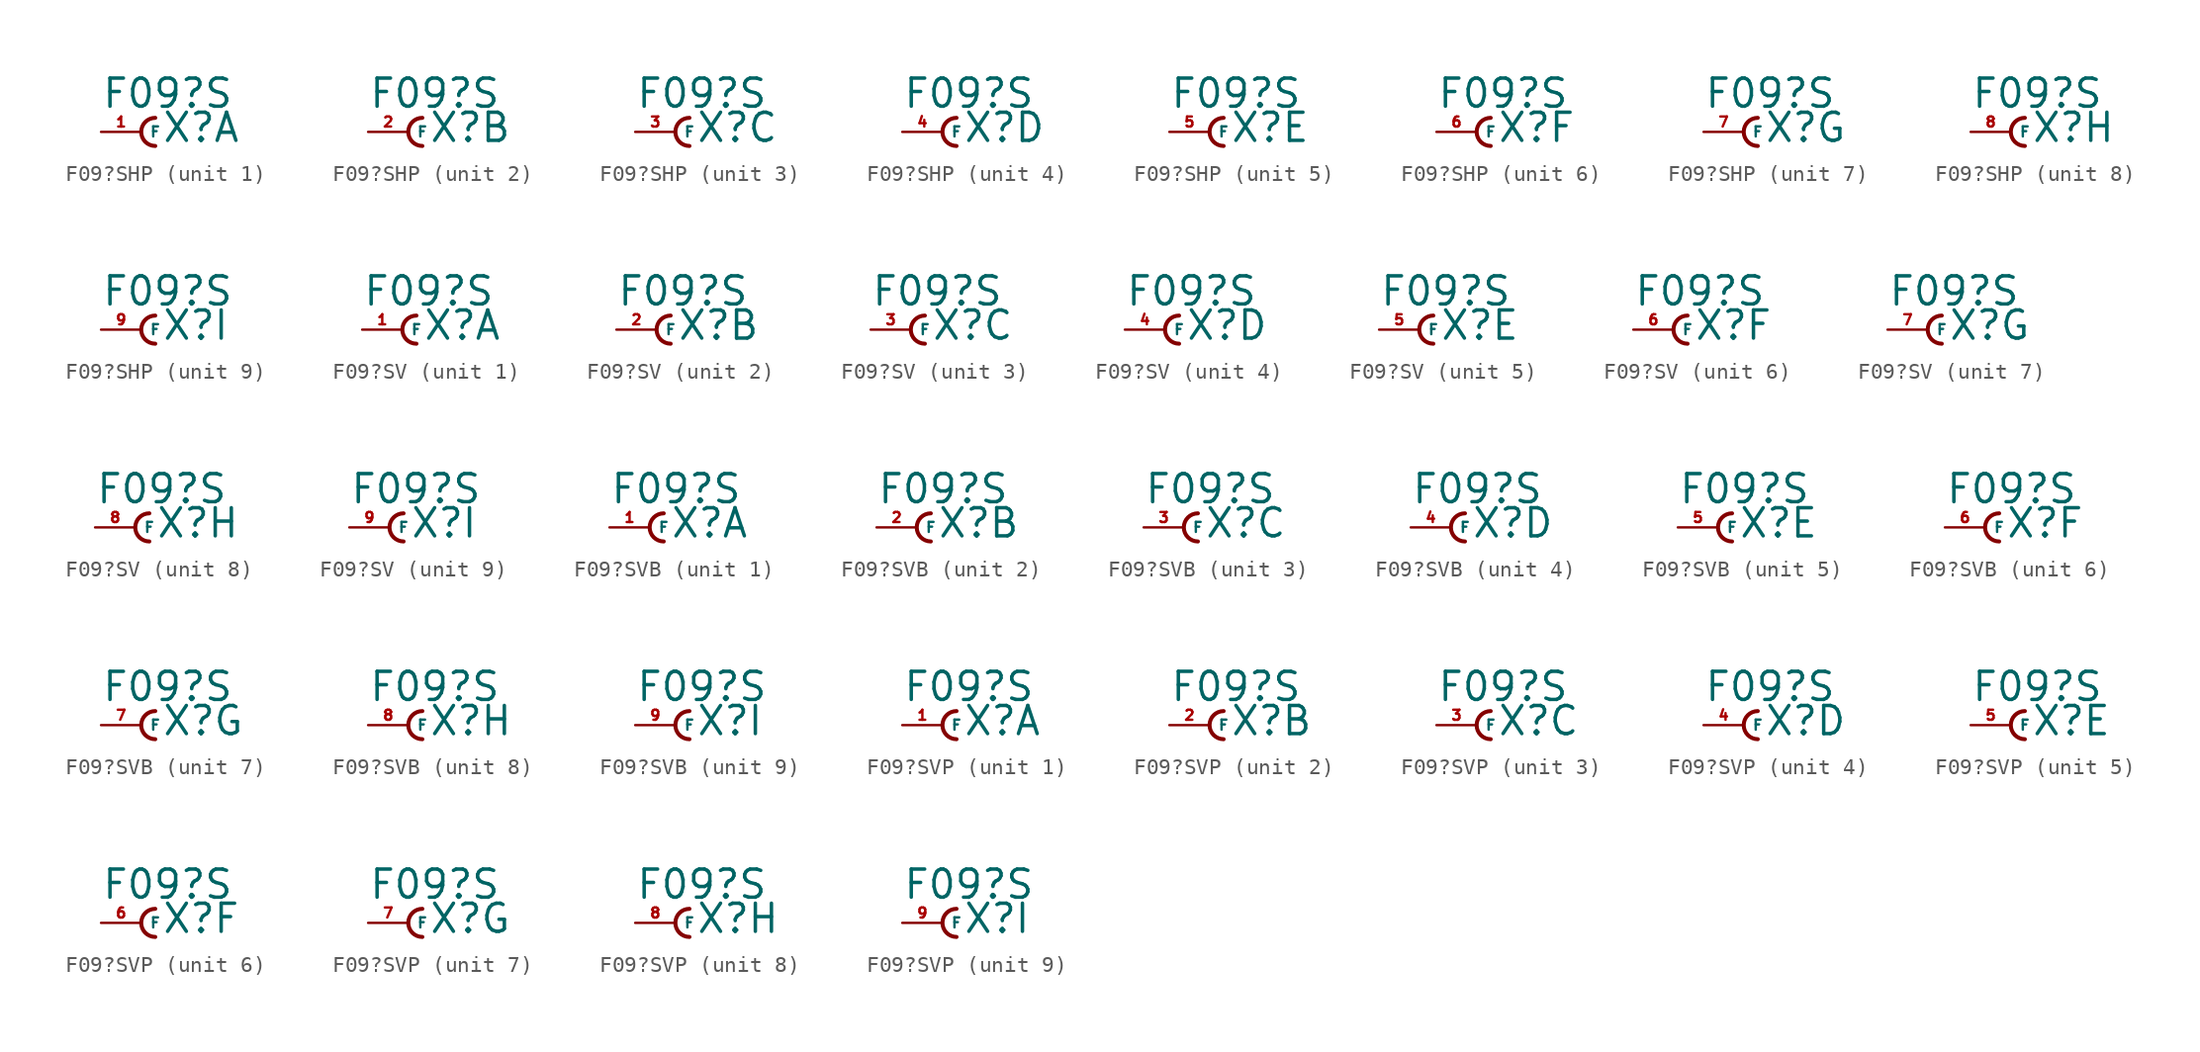
<source format=kicad_sym>
(kicad_symbol_lib
  (version 20220914)
  (generator Eagle2Kicad)
  (symbol "F09?SHP"
    (property "Reference" "X"
      (at 1.27 -0.762 0)
      (effects (font (size 1.778 1.778) (thickness 0.22)) (justify left bottom)))
    (property "Value" "F09?S"
      (at -2.54 1.397 0)
      (effects (font (size 1.778 1.778) (thickness 0.22)) (justify left bottom)))
    (symbol "F09?SHP_1_0"
      (arc (start 0.889 0.889) (mid 0.000 0.000) (end 0.889 -0.889) (stroke (width 0.254) (type default)) (fill (type none)))
      (pin passive line (at -2.54 0 0) (length 2.54) (name "F" (effects (font (size 0.635 0.635) (thickness 0.08)) (justify left bottom))) (number "1" (effects (font (size 0.635 0.635) (thickness 0.08)) (justify left bottom)))))
    (symbol "F09?SHP_2_0"
      (arc (start 0.889 0.889) (mid 0.000 0.000) (end 0.889 -0.889) (stroke (width 0.254) (type default)) (fill (type none)))
      (pin passive line (at -2.54 0 0) (length 2.54) (name "F" (effects (font (size 0.635 0.635) (thickness 0.08)) (justify left bottom))) (number "2" (effects (font (size 0.635 0.635) (thickness 0.08)) (justify left bottom)))))
    (symbol "F09?SHP_3_0"
      (arc (start 0.889 0.889) (mid 0.000 0.000) (end 0.889 -0.889) (stroke (width 0.254) (type default)) (fill (type none)))
      (pin passive line (at -2.54 0 0) (length 2.54) (name "F" (effects (font (size 0.635 0.635) (thickness 0.08)) (justify left bottom))) (number "3" (effects (font (size 0.635 0.635) (thickness 0.08)) (justify left bottom)))))
    (symbol "F09?SHP_4_0"
      (arc (start 0.889 0.889) (mid 0.000 0.000) (end 0.889 -0.889) (stroke (width 0.254) (type default)) (fill (type none)))
      (pin passive line (at -2.54 0 0) (length 2.54) (name "F" (effects (font (size 0.635 0.635) (thickness 0.08)) (justify left bottom))) (number "4" (effects (font (size 0.635 0.635) (thickness 0.08)) (justify left bottom)))))
    (symbol "F09?SHP_5_0"
      (arc (start 0.889 0.889) (mid 0.000 0.000) (end 0.889 -0.889) (stroke (width 0.254) (type default)) (fill (type none)))
      (pin passive line (at -2.54 0 0) (length 2.54) (name "F" (effects (font (size 0.635 0.635) (thickness 0.08)) (justify left bottom))) (number "5" (effects (font (size 0.635 0.635) (thickness 0.08)) (justify left bottom)))))
    (symbol "F09?SHP_6_0"
      (arc (start 0.889 0.889) (mid 0.000 0.000) (end 0.889 -0.889) (stroke (width 0.254) (type default)) (fill (type none)))
      (pin passive line (at -2.54 0 0) (length 2.54) (name "F" (effects (font (size 0.635 0.635) (thickness 0.08)) (justify left bottom))) (number "6" (effects (font (size 0.635 0.635) (thickness 0.08)) (justify left bottom)))))
    (symbol "F09?SHP_7_0"
      (arc (start 0.889 0.889) (mid 0.000 0.000) (end 0.889 -0.889) (stroke (width 0.254) (type default)) (fill (type none)))
      (pin passive line (at -2.54 0 0) (length 2.54) (name "F" (effects (font (size 0.635 0.635) (thickness 0.08)) (justify left bottom))) (number "7" (effects (font (size 0.635 0.635) (thickness 0.08)) (justify left bottom)))))
    (symbol "F09?SHP_8_0"
      (arc (start 0.889 0.889) (mid 0.000 0.000) (end 0.889 -0.889) (stroke (width 0.254) (type default)) (fill (type none)))
      (pin passive line (at -2.54 0 0) (length 2.54) (name "F" (effects (font (size 0.635 0.635) (thickness 0.08)) (justify left bottom))) (number "8" (effects (font (size 0.635 0.635) (thickness 0.08)) (justify left bottom)))))
    (symbol "F09?SHP_9_0"
      (arc (start 0.889 0.889) (mid 0.000 0.000) (end 0.889 -0.889) (stroke (width 0.254) (type default)) (fill (type none)))
      (pin passive line (at -2.54 0 0) (length 2.54) (name "F" (effects (font (size 0.635 0.635) (thickness 0.08)) (justify left bottom))) (number "9" (effects (font (size 0.635 0.635) (thickness 0.08)) (justify left bottom))))))
  (symbol "F09?SV"
    (property "Reference" "X"
      (at 1.27 -0.762 0)
      (effects (font (size 1.778 1.778) (thickness 0.22)) (justify left bottom)))
    (property "Value" "F09?S"
      (at -2.54 1.397 0)
      (effects (font (size 1.778 1.778) (thickness 0.22)) (justify left bottom)))
    (symbol "F09?SV_1_0"
      (arc (start 0.889 0.889) (mid 0.000 0.000) (end 0.889 -0.889) (stroke (width 0.254) (type default)) (fill (type none)))
      (pin passive line (at -2.54 0 0) (length 2.54) (name "F" (effects (font (size 0.635 0.635) (thickness 0.08)) (justify left bottom))) (number "1" (effects (font (size 0.635 0.635) (thickness 0.08)) (justify left bottom)))))
    (symbol "F09?SV_2_0"
      (arc (start 0.889 0.889) (mid 0.000 0.000) (end 0.889 -0.889) (stroke (width 0.254) (type default)) (fill (type none)))
      (pin passive line (at -2.54 0 0) (length 2.54) (name "F" (effects (font (size 0.635 0.635) (thickness 0.08)) (justify left bottom))) (number "2" (effects (font (size 0.635 0.635) (thickness 0.08)) (justify left bottom)))))
    (symbol "F09?SV_3_0"
      (arc (start 0.889 0.889) (mid 0.000 0.000) (end 0.889 -0.889) (stroke (width 0.254) (type default)) (fill (type none)))
      (pin passive line (at -2.54 0 0) (length 2.54) (name "F" (effects (font (size 0.635 0.635) (thickness 0.08)) (justify left bottom))) (number "3" (effects (font (size 0.635 0.635) (thickness 0.08)) (justify left bottom)))))
    (symbol "F09?SV_4_0"
      (arc (start 0.889 0.889) (mid 0.000 0.000) (end 0.889 -0.889) (stroke (width 0.254) (type default)) (fill (type none)))
      (pin passive line (at -2.54 0 0) (length 2.54) (name "F" (effects (font (size 0.635 0.635) (thickness 0.08)) (justify left bottom))) (number "4" (effects (font (size 0.635 0.635) (thickness 0.08)) (justify left bottom)))))
    (symbol "F09?SV_5_0"
      (arc (start 0.889 0.889) (mid 0.000 0.000) (end 0.889 -0.889) (stroke (width 0.254) (type default)) (fill (type none)))
      (pin passive line (at -2.54 0 0) (length 2.54) (name "F" (effects (font (size 0.635 0.635) (thickness 0.08)) (justify left bottom))) (number "5" (effects (font (size 0.635 0.635) (thickness 0.08)) (justify left bottom)))))
    (symbol "F09?SV_6_0"
      (arc (start 0.889 0.889) (mid 0.000 0.000) (end 0.889 -0.889) (stroke (width 0.254) (type default)) (fill (type none)))
      (pin passive line (at -2.54 0 0) (length 2.54) (name "F" (effects (font (size 0.635 0.635) (thickness 0.08)) (justify left bottom))) (number "6" (effects (font (size 0.635 0.635) (thickness 0.08)) (justify left bottom)))))
    (symbol "F09?SV_7_0"
      (arc (start 0.889 0.889) (mid 0.000 0.000) (end 0.889 -0.889) (stroke (width 0.254) (type default)) (fill (type none)))
      (pin passive line (at -2.54 0 0) (length 2.54) (name "F" (effects (font (size 0.635 0.635) (thickness 0.08)) (justify left bottom))) (number "7" (effects (font (size 0.635 0.635) (thickness 0.08)) (justify left bottom)))))
    (symbol "F09?SV_8_0"
      (arc (start 0.889 0.889) (mid 0.000 0.000) (end 0.889 -0.889) (stroke (width 0.254) (type default)) (fill (type none)))
      (pin passive line (at -2.54 0 0) (length 2.54) (name "F" (effects (font (size 0.635 0.635) (thickness 0.08)) (justify left bottom))) (number "8" (effects (font (size 0.635 0.635) (thickness 0.08)) (justify left bottom)))))
    (symbol "F09?SV_9_0"
      (arc (start 0.889 0.889) (mid 0.000 0.000) (end 0.889 -0.889) (stroke (width 0.254) (type default)) (fill (type none)))
      (pin passive line (at -2.54 0 0) (length 2.54) (name "F" (effects (font (size 0.635 0.635) (thickness 0.08)) (justify left bottom))) (number "9" (effects (font (size 0.635 0.635) (thickness 0.08)) (justify left bottom))))))
  (symbol "F09?SVB"
    (property "Reference" "X"
      (at 1.27 -0.762 0)
      (effects (font (size 1.778 1.778) (thickness 0.22)) (justify left bottom)))
    (property "Value" "F09?S"
      (at -2.54 1.397 0)
      (effects (font (size 1.778 1.778) (thickness 0.22)) (justify left bottom)))
    (symbol "F09?SVB_1_0"
      (arc (start 0.889 0.889) (mid 0.000 0.000) (end 0.889 -0.889) (stroke (width 0.254) (type default)) (fill (type none)))
      (pin passive line (at -2.54 0 0) (length 2.54) (name "F" (effects (font (size 0.635 0.635) (thickness 0.08)) (justify left bottom))) (number "1" (effects (font (size 0.635 0.635) (thickness 0.08)) (justify left bottom)))))
    (symbol "F09?SVB_2_0"
      (arc (start 0.889 0.889) (mid 0.000 0.000) (end 0.889 -0.889) (stroke (width 0.254) (type default)) (fill (type none)))
      (pin passive line (at -2.54 0 0) (length 2.54) (name "F" (effects (font (size 0.635 0.635) (thickness 0.08)) (justify left bottom))) (number "2" (effects (font (size 0.635 0.635) (thickness 0.08)) (justify left bottom)))))
    (symbol "F09?SVB_3_0"
      (arc (start 0.889 0.889) (mid 0.000 0.000) (end 0.889 -0.889) (stroke (width 0.254) (type default)) (fill (type none)))
      (pin passive line (at -2.54 0 0) (length 2.54) (name "F" (effects (font (size 0.635 0.635) (thickness 0.08)) (justify left bottom))) (number "3" (effects (font (size 0.635 0.635) (thickness 0.08)) (justify left bottom)))))
    (symbol "F09?SVB_4_0"
      (arc (start 0.889 0.889) (mid 0.000 0.000) (end 0.889 -0.889) (stroke (width 0.254) (type default)) (fill (type none)))
      (pin passive line (at -2.54 0 0) (length 2.54) (name "F" (effects (font (size 0.635 0.635) (thickness 0.08)) (justify left bottom))) (number "4" (effects (font (size 0.635 0.635) (thickness 0.08)) (justify left bottom)))))
    (symbol "F09?SVB_5_0"
      (arc (start 0.889 0.889) (mid 0.000 0.000) (end 0.889 -0.889) (stroke (width 0.254) (type default)) (fill (type none)))
      (pin passive line (at -2.54 0 0) (length 2.54) (name "F" (effects (font (size 0.635 0.635) (thickness 0.08)) (justify left bottom))) (number "5" (effects (font (size 0.635 0.635) (thickness 0.08)) (justify left bottom)))))
    (symbol "F09?SVB_6_0"
      (arc (start 0.889 0.889) (mid 0.000 0.000) (end 0.889 -0.889) (stroke (width 0.254) (type default)) (fill (type none)))
      (pin passive line (at -2.54 0 0) (length 2.54) (name "F" (effects (font (size 0.635 0.635) (thickness 0.08)) (justify left bottom))) (number "6" (effects (font (size 0.635 0.635) (thickness 0.08)) (justify left bottom)))))
    (symbol "F09?SVB_7_0"
      (arc (start 0.889 0.889) (mid 0.000 0.000) (end 0.889 -0.889) (stroke (width 0.254) (type default)) (fill (type none)))
      (pin passive line (at -2.54 0 0) (length 2.54) (name "F" (effects (font (size 0.635 0.635) (thickness 0.08)) (justify left bottom))) (number "7" (effects (font (size 0.635 0.635) (thickness 0.08)) (justify left bottom)))))
    (symbol "F09?SVB_8_0"
      (arc (start 0.889 0.889) (mid 0.000 0.000) (end 0.889 -0.889) (stroke (width 0.254) (type default)) (fill (type none)))
      (pin passive line (at -2.54 0 0) (length 2.54) (name "F" (effects (font (size 0.635 0.635) (thickness 0.08)) (justify left bottom))) (number "8" (effects (font (size 0.635 0.635) (thickness 0.08)) (justify left bottom)))))
    (symbol "F09?SVB_9_0"
      (arc (start 0.889 0.889) (mid 0.000 0.000) (end 0.889 -0.889) (stroke (width 0.254) (type default)) (fill (type none)))
      (pin passive line (at -2.54 0 0) (length 2.54) (name "F" (effects (font (size 0.635 0.635) (thickness 0.08)) (justify left bottom))) (number "9" (effects (font (size 0.635 0.635) (thickness 0.08)) (justify left bottom))))))
  (symbol "F09?SVP"
    (property "Reference" "X"
      (at 1.27 -0.762 0)
      (effects (font (size 1.778 1.778) (thickness 0.22)) (justify left bottom)))
    (property "Value" "F09?S"
      (at -2.54 1.397 0)
      (effects (font (size 1.778 1.778) (thickness 0.22)) (justify left bottom)))
    (symbol "F09?SVP_1_0"
      (arc (start 0.889 0.889) (mid 0.000 0.000) (end 0.889 -0.889) (stroke (width 0.254) (type default)) (fill (type none)))
      (pin passive line (at -2.54 0 0) (length 2.54) (name "F" (effects (font (size 0.635 0.635) (thickness 0.08)) (justify left bottom))) (number "1" (effects (font (size 0.635 0.635) (thickness 0.08)) (justify left bottom)))))
    (symbol "F09?SVP_2_0"
      (arc (start 0.889 0.889) (mid 0.000 0.000) (end 0.889 -0.889) (stroke (width 0.254) (type default)) (fill (type none)))
      (pin passive line (at -2.54 0 0) (length 2.54) (name "F" (effects (font (size 0.635 0.635) (thickness 0.08)) (justify left bottom))) (number "2" (effects (font (size 0.635 0.635) (thickness 0.08)) (justify left bottom)))))
    (symbol "F09?SVP_3_0"
      (arc (start 0.889 0.889) (mid 0.000 0.000) (end 0.889 -0.889) (stroke (width 0.254) (type default)) (fill (type none)))
      (pin passive line (at -2.54 0 0) (length 2.54) (name "F" (effects (font (size 0.635 0.635) (thickness 0.08)) (justify left bottom))) (number "3" (effects (font (size 0.635 0.635) (thickness 0.08)) (justify left bottom)))))
    (symbol "F09?SVP_4_0"
      (arc (start 0.889 0.889) (mid 0.000 0.000) (end 0.889 -0.889) (stroke (width 0.254) (type default)) (fill (type none)))
      (pin passive line (at -2.54 0 0) (length 2.54) (name "F" (effects (font (size 0.635 0.635) (thickness 0.08)) (justify left bottom))) (number "4" (effects (font (size 0.635 0.635) (thickness 0.08)) (justify left bottom)))))
    (symbol "F09?SVP_5_0"
      (arc (start 0.889 0.889) (mid 0.000 0.000) (end 0.889 -0.889) (stroke (width 0.254) (type default)) (fill (type none)))
      (pin passive line (at -2.54 0 0) (length 2.54) (name "F" (effects (font (size 0.635 0.635) (thickness 0.08)) (justify left bottom))) (number "5" (effects (font (size 0.635 0.635) (thickness 0.08)) (justify left bottom)))))
    (symbol "F09?SVP_6_0"
      (arc (start 0.889 0.889) (mid 0.000 0.000) (end 0.889 -0.889) (stroke (width 0.254) (type default)) (fill (type none)))
      (pin passive line (at -2.54 0 0) (length 2.54) (name "F" (effects (font (size 0.635 0.635) (thickness 0.08)) (justify left bottom))) (number "6" (effects (font (size 0.635 0.635) (thickness 0.08)) (justify left bottom)))))
    (symbol "F09?SVP_7_0"
      (arc (start 0.889 0.889) (mid 0.000 0.000) (end 0.889 -0.889) (stroke (width 0.254) (type default)) (fill (type none)))
      (pin passive line (at -2.54 0 0) (length 2.54) (name "F" (effects (font (size 0.635 0.635) (thickness 0.08)) (justify left bottom))) (number "7" (effects (font (size 0.635 0.635) (thickness 0.08)) (justify left bottom)))))
    (symbol "F09?SVP_8_0"
      (arc (start 0.889 0.889) (mid 0.000 0.000) (end 0.889 -0.889) (stroke (width 0.254) (type default)) (fill (type none)))
      (pin passive line (at -2.54 0 0) (length 2.54) (name "F" (effects (font (size 0.635 0.635) (thickness 0.08)) (justify left bottom))) (number "8" (effects (font (size 0.635 0.635) (thickness 0.08)) (justify left bottom)))))
    (symbol "F09?SVP_9_0"
      (arc (start 0.889 0.889) (mid 0.000 0.000) (end 0.889 -0.889) (stroke (width 0.254) (type default)) (fill (type none)))
      (pin passive line (at -2.54 0 0) (length 2.54) (name "F" (effects (font (size 0.635 0.635) (thickness 0.08)) (justify left bottom))) (number "9" (effects (font (size 0.635 0.635) (thickness 0.08)) (justify left bottom)))))))
</source>
